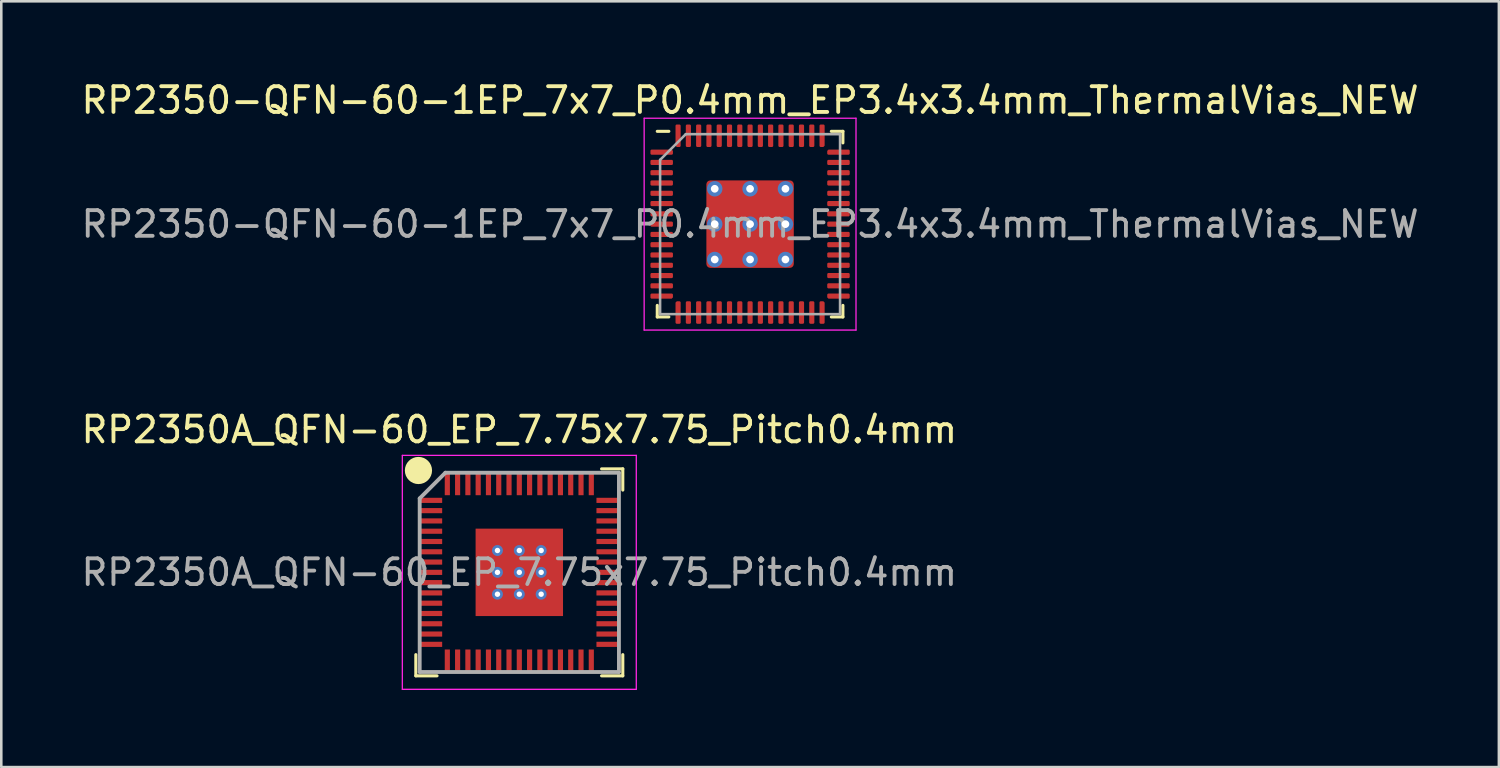
<source format=kicad_pcb>
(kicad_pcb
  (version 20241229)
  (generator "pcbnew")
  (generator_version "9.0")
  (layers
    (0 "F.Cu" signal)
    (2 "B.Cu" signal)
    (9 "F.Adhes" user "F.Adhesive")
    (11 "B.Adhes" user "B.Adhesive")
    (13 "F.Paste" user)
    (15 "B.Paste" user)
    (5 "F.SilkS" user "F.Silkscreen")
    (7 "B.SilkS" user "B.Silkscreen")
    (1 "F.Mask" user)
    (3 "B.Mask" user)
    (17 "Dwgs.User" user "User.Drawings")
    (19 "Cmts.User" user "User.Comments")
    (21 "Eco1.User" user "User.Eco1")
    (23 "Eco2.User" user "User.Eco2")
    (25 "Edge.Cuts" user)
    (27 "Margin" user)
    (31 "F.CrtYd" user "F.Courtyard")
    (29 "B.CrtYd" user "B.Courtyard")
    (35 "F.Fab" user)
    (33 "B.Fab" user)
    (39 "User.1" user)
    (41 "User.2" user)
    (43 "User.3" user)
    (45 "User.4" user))
  (footprint "RP2350A_QFN-60_EP_7.75x7.75_Pitch0.4mm"
    (layer "F.Cu")
    (at 17.149 19.212)
    (property "Reference" "RP2350A_QFN-60_EP_7.75x7.75_Pitch0.4mm" (at 0 -5.55 0) (layer "F.SilkS") (effects (font (size 1 1) (thickness 0.15))))
    (attr smd)
    (fp_line (start -4.025 4.025) (end -4.025 3.2) (stroke (width 0.12) (type default)) (layer "F.SilkS"))
    (fp_line (start -3.2 4.025) (end -4.025 4.025) (stroke (width 0.12) (type default)) (layer "F.SilkS"))
    (fp_line (start 3.2 -4.025) (end 4.025 -4.025) (stroke (width 0.12) (type default)) (layer "F.SilkS"))
    (fp_line (start 3.2 4.025) (end 4.025 4.025) (stroke (width 0.12) (type default)) (layer "F.SilkS"))
    (fp_line (start 4.025 -4.025) (end 4.025 -3.2) (stroke (width 0.12) (type default)) (layer "F.SilkS"))
    (fp_line (start 4.025 4.025) (end 4.025 3.2) (stroke (width 0.12) (type default)) (layer "F.SilkS"))
    (fp_circle (center -3.923 -3.962) (end -3.454 -3.962) (stroke (width 0.12) (type solid)) (fill yes) (layer "F.SilkS"))
    (fp_line (start -4.55 -4.55) (end 4.55 -4.55) (stroke (width 0.05) (type default)) (layer "F.CrtYd"))
    (fp_line (start -4.55 4.55) (end -4.55 -4.55) (stroke (width 0.05) (type default)) (layer "F.CrtYd"))
    (fp_line (start 4.55 -4.55) (end 4.55 4.55) (stroke (width 0.05) (type default)) (layer "F.CrtYd"))
    (fp_line (start 4.55 4.55) (end -4.55 4.55) (stroke (width 0.05) (type default)) (layer "F.CrtYd"))
    (fp_line (start -3.875 -2.875) (end -3.875 3.875) (stroke (width 0.15) (type default)) (layer "F.Fab"))
    (fp_line (start -3.875 3.875) (end 3.875 3.875) (stroke (width 0.15) (type default)) (layer "F.Fab"))
    (fp_line (start -2.875 -3.875) (end -3.875 -2.875) (stroke (width 0.15) (type default)) (layer "F.Fab"))
    (fp_line (start 3.875 -3.875) (end -2.875 -3.875) (stroke (width 0.15) (type default)) (layer "F.Fab"))
    (fp_line (start 3.875 3.875) (end 3.875 -3.875) (stroke (width 0.15) (type default)) (layer "F.Fab"))
    (fp_text user "${REFERENCE}" (at 0 0 0) (layer "F.Fab") (effects (font (size 1 1) (thickness 0.15))))
    (pad "" smd rect (at -1.275 -1.275) (size 0.1 0.1) (layers "F.Paste"))
    (pad "" smd rect (at -1.275 -0.425) (size 0.1 0.1) (layers "F.Paste"))
    (pad "" smd rect (at -1.275 0.425) (size 0.1 0.1) (layers "F.Paste"))
    (pad "" smd rect (at -1.275 1.275) (size 0.1 0.1) (layers "F.Paste"))
    (pad "" smd rect (at -0.425 -1.275) (size 0.1 0.1) (layers "F.Paste"))
    (pad "" smd rect (at -0.425 -0.425) (size 0.1 0.1) (layers "F.Paste"))
    (pad "" smd rect (at -0.425 0.425) (size 0.1 0.1) (layers "F.Paste"))
    (pad "" smd rect (at -0.425 1.275) (size 0.1 0.1) (layers "F.Paste"))
    (pad "" smd rect (at 0.425 -1.275) (size 0.1 0.1) (layers "F.Paste"))
    (pad "" smd rect (at 0.425 -0.425) (size 0.1 0.1) (layers "F.Paste"))
    (pad "" smd rect (at 0.425 0.425) (size 0.1 0.1) (layers "F.Paste"))
    (pad "" smd rect (at 0.425 1.275) (size 0.1 0.1) (layers "F.Paste"))
    (pad "" smd rect (at 1.275 -1.275) (size 0.1 0.1) (layers "F.Paste"))
    (pad "" smd rect (at 1.275 -0.425) (size 0.1 0.1) (layers "F.Paste"))
    (pad "" smd rect (at 1.275 0.425) (size 0.1 0.1) (layers "F.Paste"))
    (pad "" smd rect (at 1.275 1.275) (size 0.1 0.1) (layers "F.Paste"))
    (pad "1" smd rect (at -3.438 -2.8 90) (size 0.2 0.875) (layers "F.Cu" "F.Mask" "F.Paste"))
    (pad "2" smd rect (at -3.438 -2.4 90) (size 0.2 0.875) (layers "F.Cu" "F.Mask" "F.Paste"))
    (pad "3" smd rect (at -3.438 -2 90) (size 0.2 0.875) (layers "F.Cu" "F.Mask" "F.Paste"))
    (pad "4" smd rect (at -3.438 -1.6 90) (size 0.2 0.875) (layers "F.Cu" "F.Mask" "F.Paste"))
    (pad "5" smd rect (at -3.438 -1.2 90) (size 0.2 0.875) (layers "F.Cu" "F.Mask" "F.Paste"))
    (pad "6" smd rect (at -3.438 -0.8 90) (size 0.2 0.875) (layers "F.Cu" "F.Mask" "F.Paste"))
    (pad "7" smd rect (at -3.438 -0.4 90) (size 0.2 0.875) (layers "F.Cu" "F.Mask" "F.Paste"))
    (pad "8" smd rect (at -3.438 0 90) (size 0.2 0.875) (layers "F.Cu" "F.Mask" "F.Paste"))
    (pad "9" smd rect (at -3.438 0.4 90) (size 0.2 0.875) (layers "F.Cu" "F.Mask" "F.Paste"))
    (pad "10" smd rect (at -3.438 0.8 90) (size 0.2 0.875) (layers "F.Cu" "F.Mask" "F.Paste"))
    (pad "11" smd rect (at -3.438 1.2 90) (size 0.2 0.875) (layers "F.Cu" "F.Mask" "F.Paste"))
    (pad "12" smd rect (at -3.438 1.6 90) (size 0.2 0.875) (layers "F.Cu" "F.Mask" "F.Paste"))
    (pad "13" smd rect (at -3.438 2 90) (size 0.2 0.875) (layers "F.Cu" "F.Mask" "F.Paste"))
    (pad "14" smd rect (at -3.438 2.4 90) (size 0.2 0.875) (layers "F.Cu" "F.Mask" "F.Paste"))
    (pad "15" smd rect (at -3.438 2.8 90) (size 0.2 0.875) (layers "F.Cu" "F.Mask" "F.Paste"))
    (pad "16" smd rect (at -2.8 3.438) (size 0.2 0.875) (layers "F.Cu" "F.Mask" "F.Paste"))
    (pad "17" smd rect (at -2.4 3.438) (size 0.2 0.875) (layers "F.Cu" "F.Mask" "F.Paste"))
    (pad "18" smd rect (at -2 3.438) (size 0.2 0.875) (layers "F.Cu" "F.Mask" "F.Paste"))
    (pad "19" smd rect (at -1.6 3.438) (size 0.2 0.875) (layers "F.Cu" "F.Mask" "F.Paste"))
    (pad "20" smd rect (at -1.2 3.438) (size 0.2 0.875) (layers "F.Cu" "F.Mask" "F.Paste"))
    (pad "21" smd rect (at -0.8 3.438) (size 0.2 0.875) (layers "F.Cu" "F.Mask" "F.Paste"))
    (pad "22" smd rect (at -0.4 3.438) (size 0.2 0.875) (layers "F.Cu" "F.Mask" "F.Paste"))
    (pad "23" smd rect (at 0 3.438) (size 0.2 0.875) (layers "F.Cu" "F.Mask" "F.Paste"))
    (pad "24" smd rect (at 0.4 3.438) (size 0.2 0.875) (layers "F.Cu" "F.Mask" "F.Paste"))
    (pad "25" smd rect (at 0.8 3.438) (size 0.2 0.875) (layers "F.Cu" "F.Mask" "F.Paste"))
    (pad "26" smd rect (at 1.2 3.438) (size 0.2 0.875) (layers "F.Cu" "F.Mask" "F.Paste"))
    (pad "27" smd rect (at 1.6 3.438) (size 0.2 0.875) (layers "F.Cu" "F.Mask" "F.Paste"))
    (pad "28" smd rect (at 2 3.438) (size 0.2 0.875) (layers "F.Cu" "F.Mask" "F.Paste"))
    (pad "29" smd rect (at 2.4 3.438) (size 0.2 0.875) (layers "F.Cu" "F.Mask" "F.Paste"))
    (pad "30" smd rect (at 2.8 3.438) (size 0.2 0.875) (layers "F.Cu" "F.Mask" "F.Paste"))
    (pad "31" smd rect (at 3.438 2.8 90) (size 0.2 0.875) (layers "F.Cu" "F.Mask" "F.Paste"))
    (pad "32" smd rect (at 3.438 2.4 90) (size 0.2 0.875) (layers "F.Cu" "F.Mask" "F.Paste"))
    (pad "33" smd rect (at 3.438 2 90) (size 0.2 0.875) (layers "F.Cu" "F.Mask" "F.Paste"))
    (pad "34" smd rect (at 3.438 1.6 90) (size 0.2 0.875) (layers "F.Cu" "F.Mask" "F.Paste"))
    (pad "35" smd rect (at 3.438 1.2 90) (size 0.2 0.875) (layers "F.Cu" "F.Mask" "F.Paste"))
    (pad "36" smd rect (at 3.438 0.8 90) (size 0.2 0.875) (layers "F.Cu" "F.Mask" "F.Paste"))
    (pad "37" smd rect (at 3.438 0.4 90) (size 0.2 0.875) (layers "F.Cu" "F.Mask" "F.Paste"))
    (pad "38" smd rect (at 3.438 0 90) (size 0.2 0.875) (layers "F.Cu" "F.Mask" "F.Paste"))
    (pad "39" smd rect (at 3.438 -0.4 90) (size 0.2 0.875) (layers "F.Cu" "F.Mask" "F.Paste"))
    (pad "40" smd rect (at 3.438 -0.8 90) (size 0.2 0.875) (layers "F.Cu" "F.Mask" "F.Paste"))
    (pad "41" smd rect (at 3.438 -1.2 90) (size 0.2 0.875) (layers "F.Cu" "F.Mask" "F.Paste"))
    (pad "42" smd rect (at 3.438 -1.6 90) (size 0.2 0.875) (layers "F.Cu" "F.Mask" "F.Paste"))
    (pad "43" smd rect (at 3.438 -2 90) (size 0.2 0.875) (layers "F.Cu" "F.Mask" "F.Paste"))
    (pad "44" smd rect (at 3.438 -2.4 90) (size 0.2 0.875) (layers "F.Cu" "F.Mask" "F.Paste"))
    (pad "45" smd rect (at 3.438 -2.8 90) (size 0.2 0.875) (layers "F.Cu" "F.Mask" "F.Paste"))
    (pad "46" smd rect (at 2.8 -3.438) (size 0.2 0.875) (layers "F.Cu" "F.Mask" "F.Paste"))
    (pad "47" smd rect (at 2.4 -3.438) (size 0.2 0.875) (layers "F.Cu" "F.Mask" "F.Paste"))
    (pad "48" smd rect (at 2 -3.438) (size 0.2 0.875) (layers "F.Cu" "F.Mask" "F.Paste"))
    (pad "49" smd rect (at 1.6 -3.438) (size 0.2 0.875) (layers "F.Cu" "F.Mask" "F.Paste"))
    (pad "50" smd rect (at 1.2 -3.438) (size 0.2 0.875) (layers "F.Cu" "F.Mask" "F.Paste"))
    (pad "51" smd rect (at 0.8 -3.438) (size 0.2 0.875) (layers "F.Cu" "F.Mask" "F.Paste"))
    (pad "52" smd rect (at 0.4 -3.438) (size 0.2 0.875) (layers "F.Cu" "F.Mask" "F.Paste"))
    (pad "53" smd rect (at 0 -3.438) (size 0.2 0.875) (layers "F.Cu" "F.Mask" "F.Paste"))
    (pad "54" smd rect (at -0.4 -3.438) (size 0.2 0.875) (layers "F.Cu" "F.Mask" "F.Paste"))
    (pad "55" smd rect (at -0.8 -3.438) (size 0.2 0.875) (layers "F.Cu" "F.Mask" "F.Paste"))
    (pad "56" smd rect (at -1.2 -3.438) (size 0.2 0.875) (layers "F.Cu" "F.Mask" "F.Paste"))
    (pad "57" smd rect (at -1.6 -3.438) (size 0.2 0.875) (layers "F.Cu" "F.Mask" "F.Paste"))
    (pad "58" smd rect (at -2 -3.438) (size 0.2 0.875) (layers "F.Cu" "F.Mask" "F.Paste"))
    (pad "59" smd rect (at -2.4 -3.438) (size 0.2 0.875) (layers "F.Cu" "F.Mask" "F.Paste"))
    (pad "60" smd rect (at -2.8 -3.438) (size 0.2 0.875) (layers "F.Cu" "F.Mask" "F.Paste"))
    (pad "61" thru_hole circle (at -0.85 -0.85) (size 0.425 0.425) (drill 0.212) (property pad_prop_heatsink) (layers "*.Cu" "*.Mask"))
    (pad "61" thru_hole circle (at -0.85 0) (size 0.425 0.425) (drill 0.212) (property pad_prop_heatsink) (layers "*.Cu" "*.Mask"))
    (pad "61" thru_hole circle (at -0.85 0.85) (size 0.425 0.425) (drill 0.212) (property pad_prop_heatsink) (layers "*.Cu" "*.Mask"))
    (pad "61" thru_hole circle (at 0 -0.85) (size 0.425 0.425) (drill 0.212) (property pad_prop_heatsink) (layers "*.Cu" "*.Mask"))
    (pad "61" thru_hole circle (at 0 0) (size 0.425 0.425) (drill 0.212) (property pad_prop_heatsink) (layers "*.Cu" "*.Mask"))
    (pad "61" smd rect (at 0 0) (size 3.4 3.4) (layers "F.Cu" "F.Mask"))
    (pad "61" thru_hole circle (at 0 0.85) (size 0.425 0.425) (drill 0.212) (property pad_prop_heatsink) (layers "*.Cu" "*.Mask"))
    (pad "61" thru_hole circle (at 0.85 -0.85) (size 0.425 0.425) (drill 0.212) (property pad_prop_heatsink) (layers "*.Cu" "*.Mask"))
    (pad "61" thru_hole circle (at 0.85 0) (size 0.425 0.425) (drill 0.212) (property pad_prop_heatsink) (layers "*.Cu" "*.Mask"))
    (pad "61" thru_hole circle (at 0.85 0.85) (size 0.425 0.425) (drill 0.212) (property pad_prop_heatsink) (layers "*.Cu" "*.Mask")))
  (footprint "RP2350-QFN-60-1EP_7x7_P0.4mm_EP3.4x3.4mm_ThermalVias_NEW"
    (layer "F.Cu")
    (at 26.125 5.668)
    (property "Reference" "RP2350-QFN-60-1EP_7x7_P0.4mm_EP3.4x3.4mm_ThermalVias_NEW" (at 0 -4.82 0) (layer "F.SilkS") (effects (font (size 1 1) (thickness 0.15))))
    (attr smd)
    (fp_line (start -3.61 3.61) (end -3.61 3.16) (stroke (width 0.12) (type solid)) (layer "F.SilkS"))
    (fp_line (start -3.16 -3.61) (end -3.61 -3.61) (stroke (width 0.12) (type solid)) (layer "F.SilkS"))
    (fp_line (start -3.16 3.61) (end -3.61 3.61) (stroke (width 0.12) (type solid)) (layer "F.SilkS"))
    (fp_line (start 3.16 -3.61) (end 3.61 -3.61) (stroke (width 0.12) (type solid)) (layer "F.SilkS"))
    (fp_line (start 3.16 3.61) (end 3.61 3.61) (stroke (width 0.12) (type solid)) (layer "F.SilkS"))
    (fp_line (start 3.61 -3.61) (end 3.61 -3.16) (stroke (width 0.12) (type solid)) (layer "F.SilkS"))
    (fp_line (start 3.61 3.61) (end 3.61 3.16) (stroke (width 0.12) (type solid)) (layer "F.SilkS"))
    (fp_line (start -4.12 -4.12) (end -4.12 4.12) (stroke (width 0.05) (type solid)) (layer "F.CrtYd"))
    (fp_line (start -4.12 4.12) (end 4.12 4.12) (stroke (width 0.05) (type solid)) (layer "F.CrtYd"))
    (fp_line (start 4.12 -4.12) (end -4.12 -4.12) (stroke (width 0.05) (type solid)) (layer "F.CrtYd"))
    (fp_line (start 4.12 4.12) (end 4.12 -4.12) (stroke (width 0.05) (type solid)) (layer "F.CrtYd"))
    (fp_line (start -3.5 -2.5) (end -2.5 -3.5) (stroke (width 0.1) (type solid)) (layer "F.Fab"))
    (fp_line (start -3.5 3.5) (end -3.5 -2.5) (stroke (width 0.1) (type solid)) (layer "F.Fab"))
    (fp_line (start -2.5 -3.5) (end 3.5 -3.5) (stroke (width 0.1) (type solid)) (layer "F.Fab"))
    (fp_line (start 3.5 -3.5) (end 3.5 3.5) (stroke (width 0.1) (type solid)) (layer "F.Fab"))
    (fp_line (start 3.5 3.5) (end -3.5 3.5) (stroke (width 0.1) (type solid)) (layer "F.Fab"))
    (fp_text user "${REFERENCE}" (at 0 0 0) (layer "F.Fab") (effects (font (size 1 1) (thickness 0.15))))
    (pad "" smd roundrect (at -0.7 -0.7) (size 1.2 1.2) (layers "F.Paste") (roundrect_rratio 0.208))
    (pad "" smd roundrect (at -0.7 0.7) (size 1.2 1.2) (layers "F.Paste") (roundrect_rratio 0.208))
    (pad "" smd roundrect (at 0.7 -0.7) (size 1.2 1.2) (layers "F.Paste") (roundrect_rratio 0.208))
    (pad "" smd roundrect (at 0.7 0.7) (size 1.2 1.2) (layers "F.Paste") (roundrect_rratio 0.208))
    (pad "1" smd roundrect (at -3.438 -2.8) (size 0.875 0.2) (layers "F.Cu" "F.Mask" "F.Paste") (roundrect_rratio 0.25) (chamfer_ratio 0.25) (chamfer top_right))
    (pad "2" smd roundrect (at -3.438 -2.4) (size 0.875 0.2) (layers "F.Cu" "F.Mask" "F.Paste") (roundrect_rratio 0.25))
    (pad "3" smd roundrect (at -3.438 -2) (size 0.875 0.2) (layers "F.Cu" "F.Mask" "F.Paste") (roundrect_rratio 0.25))
    (pad "4" smd roundrect (at -3.438 -1.6) (size 0.875 0.2) (layers "F.Cu" "F.Mask" "F.Paste") (roundrect_rratio 0.25))
    (pad "5" smd roundrect (at -3.438 -1.2) (size 0.875 0.2) (layers "F.Cu" "F.Mask" "F.Paste") (roundrect_rratio 0.25))
    (pad "6" smd roundrect (at -3.438 -0.8) (size 0.875 0.2) (layers "F.Cu" "F.Mask" "F.Paste") (roundrect_rratio 0.25))
    (pad "7" smd roundrect (at -3.438 -0.4) (size 0.875 0.2) (layers "F.Cu" "F.Mask" "F.Paste") (roundrect_rratio 0.25))
    (pad "8" smd roundrect (at -3.438 0) (size 0.875 0.2) (layers "F.Cu" "F.Mask" "F.Paste") (roundrect_rratio 0.25))
    (pad "9" smd roundrect (at -3.438 0.4) (size 0.875 0.2) (layers "F.Cu" "F.Mask" "F.Paste") (roundrect_rratio 0.25))
    (pad "10" smd roundrect (at -3.438 0.8) (size 0.875 0.2) (layers "F.Cu" "F.Mask" "F.Paste") (roundrect_rratio 0.25))
    (pad "11" smd roundrect (at -3.438 1.2) (size 0.875 0.2) (layers "F.Cu" "F.Mask" "F.Paste") (roundrect_rratio 0.25))
    (pad "12" smd roundrect (at -3.438 1.6) (size 0.875 0.2) (layers "F.Cu" "F.Mask" "F.Paste") (roundrect_rratio 0.25))
    (pad "13" smd roundrect (at -3.438 2) (size 0.875 0.2) (layers "F.Cu" "F.Mask" "F.Paste") (roundrect_rratio 0.25))
    (pad "14" smd roundrect (at -3.438 2.4) (size 0.875 0.2) (layers "F.Cu" "F.Mask" "F.Paste") (roundrect_rratio 0.25))
    (pad "15" smd roundrect (at -3.438 2.8) (size 0.875 0.2) (layers "F.Cu" "F.Mask" "F.Paste") (roundrect_rratio 0.25) (chamfer_ratio 0.25) (chamfer bottom_right))
    (pad "16" smd roundrect (at -2.8 3.438) (size 0.2 0.875) (layers "F.Cu" "F.Mask" "F.Paste") (roundrect_rratio 0.25) (chamfer_ratio 0.25) (chamfer top_left))
    (pad "17" smd roundrect (at -2.4 3.438) (size 0.2 0.875) (layers "F.Cu" "F.Mask" "F.Paste") (roundrect_rratio 0.25))
    (pad "18" smd roundrect (at -2 3.438) (size 0.2 0.875) (layers "F.Cu" "F.Mask" "F.Paste") (roundrect_rratio 0.25))
    (pad "19" smd roundrect (at -1.6 3.438) (size 0.2 0.875) (layers "F.Cu" "F.Mask" "F.Paste") (roundrect_rratio 0.25))
    (pad "20" smd roundrect (at -1.2 3.438) (size 0.2 0.875) (layers "F.Cu" "F.Mask" "F.Paste") (roundrect_rratio 0.25))
    (pad "21" smd roundrect (at -0.8 3.438) (size 0.2 0.875) (layers "F.Cu" "F.Mask" "F.Paste") (roundrect_rratio 0.25))
    (pad "22" smd roundrect (at -0.4 3.438) (size 0.2 0.875) (layers "F.Cu" "F.Mask" "F.Paste") (roundrect_rratio 0.25))
    (pad "23" smd roundrect (at 0 3.438) (size 0.2 0.875) (layers "F.Cu" "F.Mask" "F.Paste") (roundrect_rratio 0.25))
    (pad "24" smd roundrect (at 0.4 3.438) (size 0.2 0.875) (layers "F.Cu" "F.Mask" "F.Paste") (roundrect_rratio 0.25))
    (pad "25" smd roundrect (at 0.8 3.438) (size 0.2 0.875) (layers "F.Cu" "F.Mask" "F.Paste") (roundrect_rratio 0.25))
    (pad "26" smd roundrect (at 1.2 3.438) (size 0.2 0.875) (layers "F.Cu" "F.Mask" "F.Paste") (roundrect_rratio 0.25))
    (pad "27" smd roundrect (at 1.6 3.438) (size 0.2 0.875) (layers "F.Cu" "F.Mask" "F.Paste") (roundrect_rratio 0.25))
    (pad "28" smd roundrect (at 2 3.438) (size 0.2 0.875) (layers "F.Cu" "F.Mask" "F.Paste") (roundrect_rratio 0.25))
    (pad "29" smd roundrect (at 2.4 3.438) (size 0.2 0.875) (layers "F.Cu" "F.Mask" "F.Paste") (roundrect_rratio 0.25))
    (pad "30" smd roundrect (at 2.8 3.438) (size 0.2 0.875) (layers "F.Cu" "F.Mask" "F.Paste") (roundrect_rratio 0.25) (chamfer_ratio 0.25) (chamfer top_right))
    (pad "31" smd roundrect (at 3.438 2.8) (size 0.875 0.2) (layers "F.Cu" "F.Mask" "F.Paste") (roundrect_rratio 0.25) (chamfer_ratio 0.25) (chamfer bottom_left))
    (pad "32" smd roundrect (at 3.438 2.4) (size 0.875 0.2) (layers "F.Cu" "F.Mask" "F.Paste") (roundrect_rratio 0.25))
    (pad "33" smd roundrect (at 3.438 2) (size 0.875 0.2) (layers "F.Cu" "F.Mask" "F.Paste") (roundrect_rratio 0.25))
    (pad "34" smd roundrect (at 3.438 1.6) (size 0.875 0.2) (layers "F.Cu" "F.Mask" "F.Paste") (roundrect_rratio 0.25))
    (pad "35" smd roundrect (at 3.438 1.2) (size 0.875 0.2) (layers "F.Cu" "F.Mask" "F.Paste") (roundrect_rratio 0.25))
    (pad "36" smd roundrect (at 3.438 0.8) (size 0.875 0.2) (layers "F.Cu" "F.Mask" "F.Paste") (roundrect_rratio 0.25))
    (pad "37" smd roundrect (at 3.438 0.4) (size 0.875 0.2) (layers "F.Cu" "F.Mask" "F.Paste") (roundrect_rratio 0.25))
    (pad "38" smd roundrect (at 3.438 0) (size 0.875 0.2) (layers "F.Cu" "F.Mask" "F.Paste") (roundrect_rratio 0.25))
    (pad "39" smd roundrect (at 3.438 -0.4) (size 0.875 0.2) (layers "F.Cu" "F.Mask" "F.Paste") (roundrect_rratio 0.25))
    (pad "40" smd roundrect (at 3.438 -0.8) (size 0.875 0.2) (layers "F.Cu" "F.Mask" "F.Paste") (roundrect_rratio 0.25))
    (pad "41" smd roundrect (at 3.438 -1.2) (size 0.875 0.2) (layers "F.Cu" "F.Mask" "F.Paste") (roundrect_rratio 0.25))
    (pad "42" smd roundrect (at 3.438 -1.6) (size 0.875 0.2) (layers "F.Cu" "F.Mask" "F.Paste") (roundrect_rratio 0.25))
    (pad "43" smd roundrect (at 3.438 -2) (size 0.875 0.2) (layers "F.Cu" "F.Mask" "F.Paste") (roundrect_rratio 0.25))
    (pad "44" smd roundrect (at 3.438 -2.4) (size 0.875 0.2) (layers "F.Cu" "F.Mask" "F.Paste") (roundrect_rratio 0.25))
    (pad "45" smd roundrect (at 3.438 -2.8) (size 0.875 0.2) (layers "F.Cu" "F.Mask" "F.Paste") (roundrect_rratio 0.25) (chamfer_ratio 0.25) (chamfer top_left))
    (pad "46" smd roundrect (at 2.8 -3.438) (size 0.2 0.875) (layers "F.Cu" "F.Mask" "F.Paste") (roundrect_rratio 0.25) (chamfer_ratio 0.25) (chamfer bottom_right))
    (pad "47" smd roundrect (at 2.4 -3.438) (size 0.2 0.875) (layers "F.Cu" "F.Mask" "F.Paste") (roundrect_rratio 0.25))
    (pad "48" smd roundrect (at 2 -3.438) (size 0.2 0.875) (layers "F.Cu" "F.Mask" "F.Paste") (roundrect_rratio 0.25))
    (pad "49" smd roundrect (at 1.6 -3.438) (size 0.2 0.875) (layers "F.Cu" "F.Mask" "F.Paste") (roundrect_rratio 0.25))
    (pad "50" smd roundrect (at 1.2 -3.438) (size 0.2 0.875) (layers "F.Cu" "F.Mask" "F.Paste") (roundrect_rratio 0.25))
    (pad "51" smd roundrect (at 0.8 -3.438) (size 0.2 0.875) (layers "F.Cu" "F.Mask" "F.Paste") (roundrect_rratio 0.25))
    (pad "52" smd roundrect (at 0.4 -3.438) (size 0.2 0.875) (layers "F.Cu" "F.Mask" "F.Paste") (roundrect_rratio 0.25))
    (pad "53" smd roundrect (at 0 -3.438) (size 0.2 0.875) (layers "F.Cu" "F.Mask" "F.Paste") (roundrect_rratio 0.25))
    (pad "54" smd roundrect (at -0.4 -3.438) (size 0.2 0.875) (layers "F.Cu" "F.Mask" "F.Paste") (roundrect_rratio 0.25))
    (pad "55" smd roundrect (at -0.8 -3.438) (size 0.2 0.875) (layers "F.Cu" "F.Mask" "F.Paste") (roundrect_rratio 0.25))
    (pad "56" smd roundrect (at -1.2 -3.438) (size 0.2 0.875) (layers "F.Cu" "F.Mask" "F.Paste") (roundrect_rratio 0.25))
    (pad "57" smd roundrect (at -1.6 -3.438) (size 0.2 0.875) (layers "F.Cu" "F.Mask" "F.Paste") (roundrect_rratio 0.25))
    (pad "58" smd roundrect (at -2 -3.438) (size 0.2 0.875) (layers "F.Cu" "F.Mask" "F.Paste") (roundrect_rratio 0.25))
    (pad "59" smd roundrect (at -2.4 -3.438) (size 0.2 0.875) (layers "F.Cu" "F.Mask" "F.Paste") (roundrect_rratio 0.25))
    (pad "60" smd roundrect (at -2.8 -3.438) (size 0.2 0.875) (layers "F.Cu" "F.Mask" "F.Paste") (roundrect_rratio 0.25) (chamfer_ratio 0.25) (chamfer bottom_left))
    (pad "61" thru_hole circle (at -1.375 -1.375) (size 0.6 0.6) (drill 0.3) (layers "*.Cu"))
    (pad "61" thru_hole circle (at -1.375 0) (size 0.6 0.6) (drill 0.3) (layers "*.Cu"))
    (pad "61" thru_hole circle (at -1.375 1.375) (size 0.6 0.6) (drill 0.3) (layers "*.Cu"))
    (pad "61" thru_hole circle (at 0 -1.375) (size 0.6 0.6) (drill 0.3) (layers "*.Cu"))
    (pad "61" thru_hole circle (at 0 0) (size 0.6 0.6) (drill 0.3) (layers "*.Cu"))
    (pad "61" smd roundrect (at 0 0 90) (size 3.4 3.4) (layers "F.Cu" "F.Mask") (roundrect_rratio 0.045))
    (pad "61" thru_hole circle (at 0 1.375) (size 0.6 0.6) (drill 0.3) (layers "*.Cu"))
    (pad "61" thru_hole circle (at 1.375 -1.375) (size 0.6 0.6) (drill 0.3) (layers "*.Cu"))
    (pad "61" thru_hole circle (at 1.375 0) (size 0.6 0.6) (drill 0.3) (layers "*.Cu"))
    (pad "61" thru_hole circle (at 1.375 1.375) (size 0.6 0.6) (drill 0.3) (layers "*.Cu")))
  (gr_rect
    (start -3 -3)
    (end 55.25 26.787)
    (stroke (width 0.1) (type default))
    (fill no)
    (layer "Edge.Cuts")))
</source>
